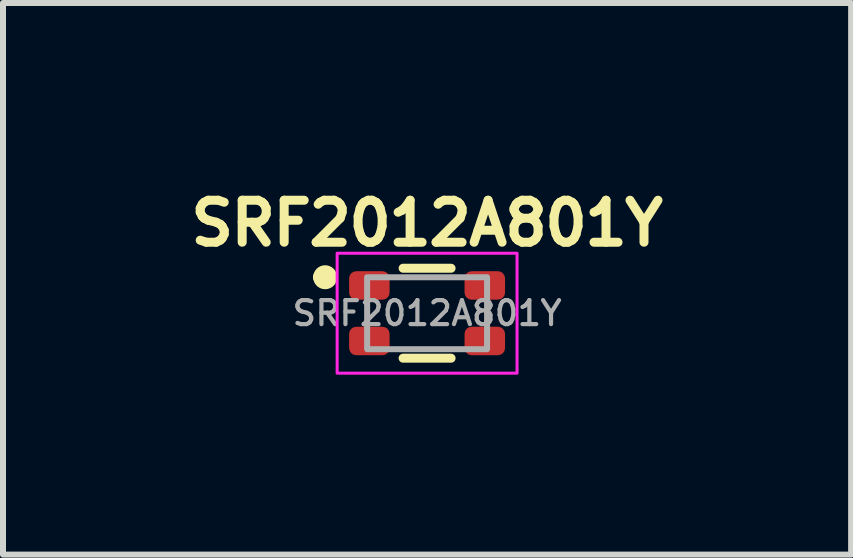
<source format=kicad_pcb>
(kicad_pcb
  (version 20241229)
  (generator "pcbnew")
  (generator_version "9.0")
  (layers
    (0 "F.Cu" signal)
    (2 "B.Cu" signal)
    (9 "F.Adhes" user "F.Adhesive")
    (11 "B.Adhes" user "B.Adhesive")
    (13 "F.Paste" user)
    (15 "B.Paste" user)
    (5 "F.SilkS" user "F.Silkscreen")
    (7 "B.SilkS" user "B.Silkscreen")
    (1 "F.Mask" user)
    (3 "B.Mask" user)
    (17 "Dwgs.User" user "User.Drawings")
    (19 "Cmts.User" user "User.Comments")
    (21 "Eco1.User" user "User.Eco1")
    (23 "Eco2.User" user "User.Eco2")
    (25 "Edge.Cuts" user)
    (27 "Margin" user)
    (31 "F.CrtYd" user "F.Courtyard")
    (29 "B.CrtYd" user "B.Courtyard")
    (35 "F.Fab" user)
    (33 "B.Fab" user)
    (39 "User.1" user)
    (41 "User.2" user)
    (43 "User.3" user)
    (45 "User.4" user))
  (footprint "SRF2012A801Y"
    (layer "F.Cu")
    (at 4.072 2.173)
    (property "Reference" "SRF2012A801Y" (at 0 -1.5 0) (layer "F.SilkS") (effects (font (size 0.7 0.7) (thickness 0.15) (bold yes))))
    (attr smd)
    (fp_line (start -1.8 -0.6) (end -1.8 -0.6) (stroke (width 0.2) (type solid)) (layer "F.SilkS"))
    (fp_line (start -1.6 -0.6) (end -1.6 -0.6) (stroke (width 0.2) (type solid)) (layer "F.SilkS"))
    (fp_line (start -0.4 -0.75) (end 0.4 -0.75) (stroke (width 0.15) (type solid)) (layer "F.SilkS"))
    (fp_line (start -0.4 0.75) (end 0.4 0.75) (stroke (width 0.15) (type solid)) (layer "F.SilkS"))
    (fp_arc (start -1.8 -0.6) (mid -1.7 -0.7) (end -1.6 -0.6) (stroke (width 0.2) (type solid)) (layer "F.SilkS"))
    (fp_arc (start -1.6 -0.6) (mid -1.7 -0.5) (end -1.8 -0.6) (stroke (width 0.2) (type solid)) (layer "F.SilkS"))
    (fp_rect (start -1.5 -1) (end 1.5 1) (stroke (width 0.05) (type default)) (fill no) (layer "F.CrtYd"))
    (fp_rect (start 1 -0.6) (end -1 0.6) (stroke (width 0.1) (type default)) (fill no) (layer "F.Fab"))
    (fp_text user "${REFERENCE}" (at 0 0 0) (layer "F.Fab") (effects (font (size 0.4 0.4) (thickness 0.07))))
    (pad "1" smd roundrect (at -0.963 -0.463 90) (size 0.475 0.675) (layers "F.Cu" "F.Mask" "F.Paste") (roundrect_rratio 0.25))
    (pad "2" smd roundrect (at 0.962 -0.463 90) (size 0.475 0.675) (layers "F.Cu" "F.Mask" "F.Paste") (roundrect_rratio 0.25))
    (pad "3" smd roundrect (at 0.962 0.463 90) (size 0.475 0.675) (layers "F.Cu" "F.Mask" "F.Paste") (roundrect_rratio 0.25))
    (pad "4" smd roundrect (at -0.963 0.463 90) (size 0.475 0.675) (layers "F.Cu" "F.Mask" "F.Paste") (roundrect_rratio 0.25)))
  (gr_rect
    (start -3 -3)
    (end 11.143 6.198)
    (stroke (width 0.1) (type default))
    (fill no)
    (layer "Edge.Cuts")))
</source>
